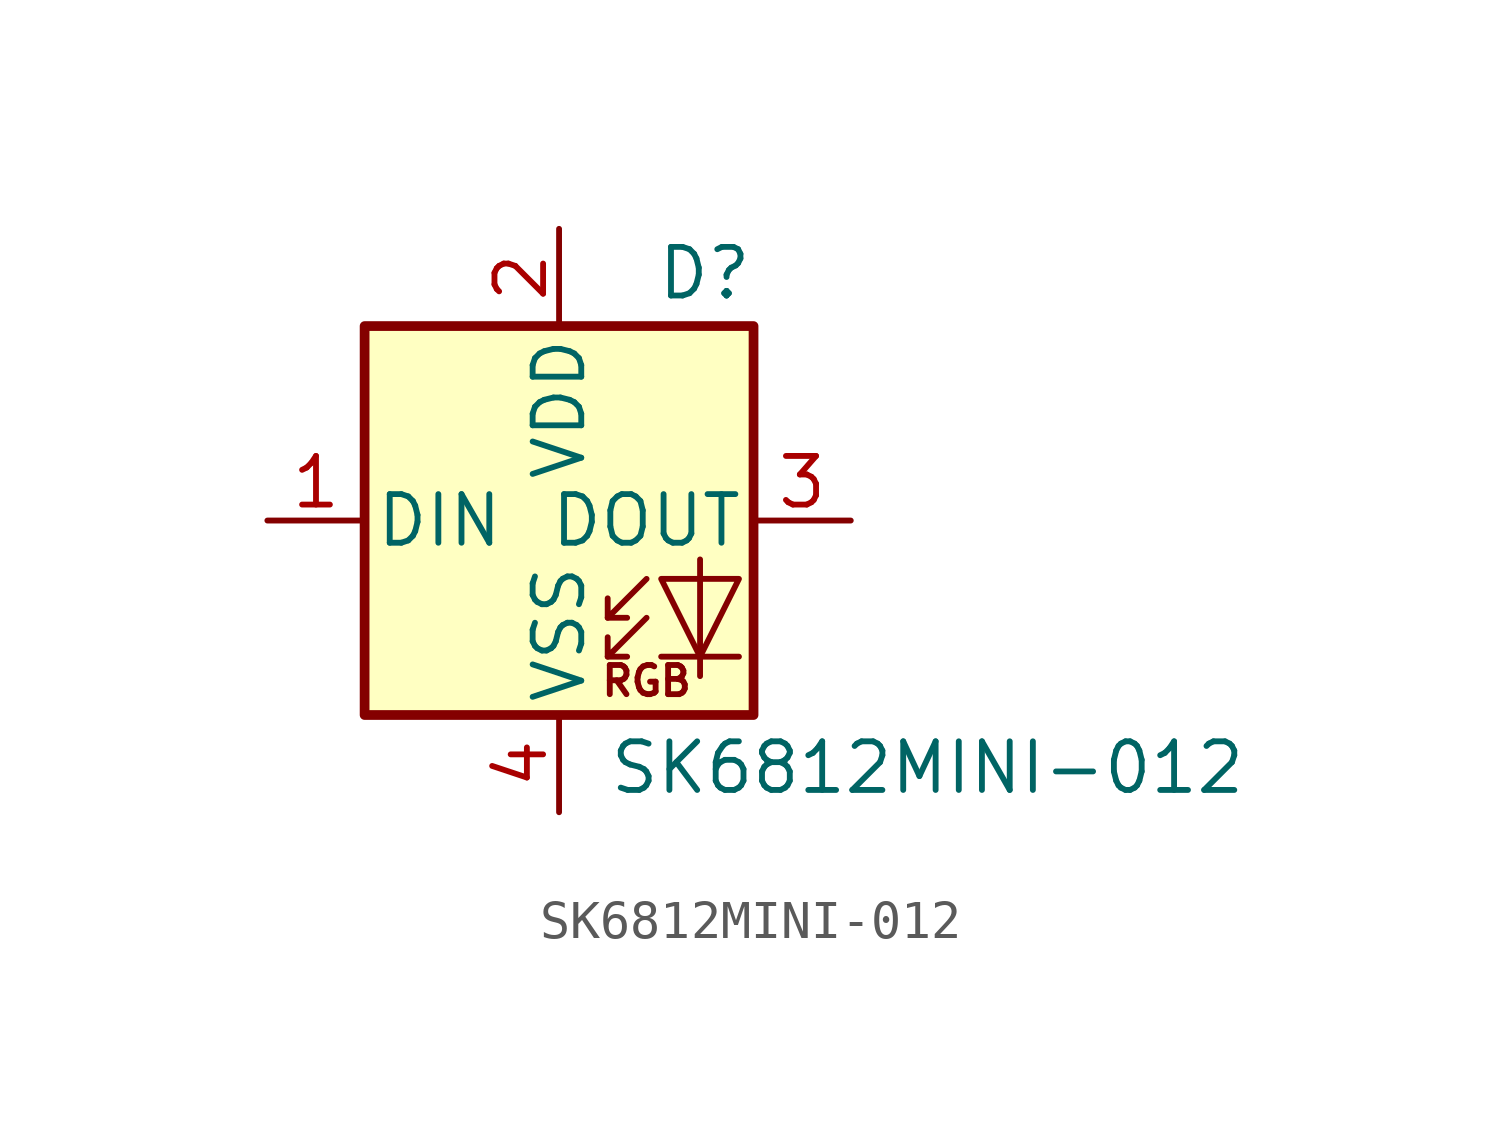
<source format=kicad_sym>
(kicad_symbol_lib
  (version 20220914)
  (generator kicad_symbol_editor)
  (symbol "SK6812MINI-012"
    (pin_names
      (offset 0.254))
    (property "Reference" "D"
      (at 5.08 5.715 0)
      (effects (font (size 1.27 1.27)) (justify right bottom)))
    (property "Value" "SK6812MINI-012"
      (at 1.27 -5.715 0)
      (effects (font (size 1.27 1.27)) (justify left top)))
    (symbol "SK6812MINI-012_0_0"
      (text "RGB" (at 2.286 -4.191 0) (effects (font (size 0.762 0.762)))))
    (symbol "SK6812MINI-012_0_1"
      (rectangle (start -5.08 5.08) (end 5.08 -5.08) (stroke (width 0.254) (type default)) (fill (type background)))
      (polyline (pts (xy 1.27 -3.556) (xy 1.778 -3.556)) (stroke (width 0) (type default)) (fill (type none)))
      (polyline (pts (xy 1.27 -2.54) (xy 1.778 -2.54)) (stroke (width 0) (type default)) (fill (type none)))
      (polyline (pts (xy 4.699 -3.556) (xy 2.667 -3.556)) (stroke (width 0) (type default)) (fill (type none)))
      (polyline (pts (xy 2.286 -2.54) (xy 1.27 -3.556) (xy 1.27 -3.048)) (stroke (width 0) (type default)) (fill (type none)))
      (polyline (pts (xy 2.286 -1.524) (xy 1.27 -2.54) (xy 1.27 -2.032)) (stroke (width 0) (type default)) (fill (type none)))
      (polyline (pts (xy 3.683 -1.016) (xy 3.683 -3.556) (xy 3.683 -4.064)) (stroke (width 0) (type default)) (fill (type none)))
      (polyline (pts (xy 4.699 -1.524) (xy 2.667 -1.524) (xy 3.683 -3.556) (xy 4.699 -1.524)) (stroke (width 0) (type default)) (fill (type none))))
    (symbol "SK6812MINI-012_1_1"
      (pin input line (at -7.62 0 0) (length 2.54) (name "DIN" (effects (font (size 1.27 1.27)))) (number "1" (effects (font (size 1.27 1.27)))))
      (pin power_in line (at 0 7.62 270) (length 2.54) (name "VDD" (effects (font (size 1.27 1.27)))) (number "2" (effects (font (size 1.27 1.27)))))
      (pin output line (at 7.62 0 180) (length 2.54) (name "DOUT" (effects (font (size 1.27 1.27)))) (number "3" (effects (font (size 1.27 1.27)))))
      (pin power_in line (at 0 -7.62 90) (length 2.54) (name "VSS" (effects (font (size 1.27 1.27)))) (number "4" (effects (font (size 1.27 1.27))))))))
</source>
